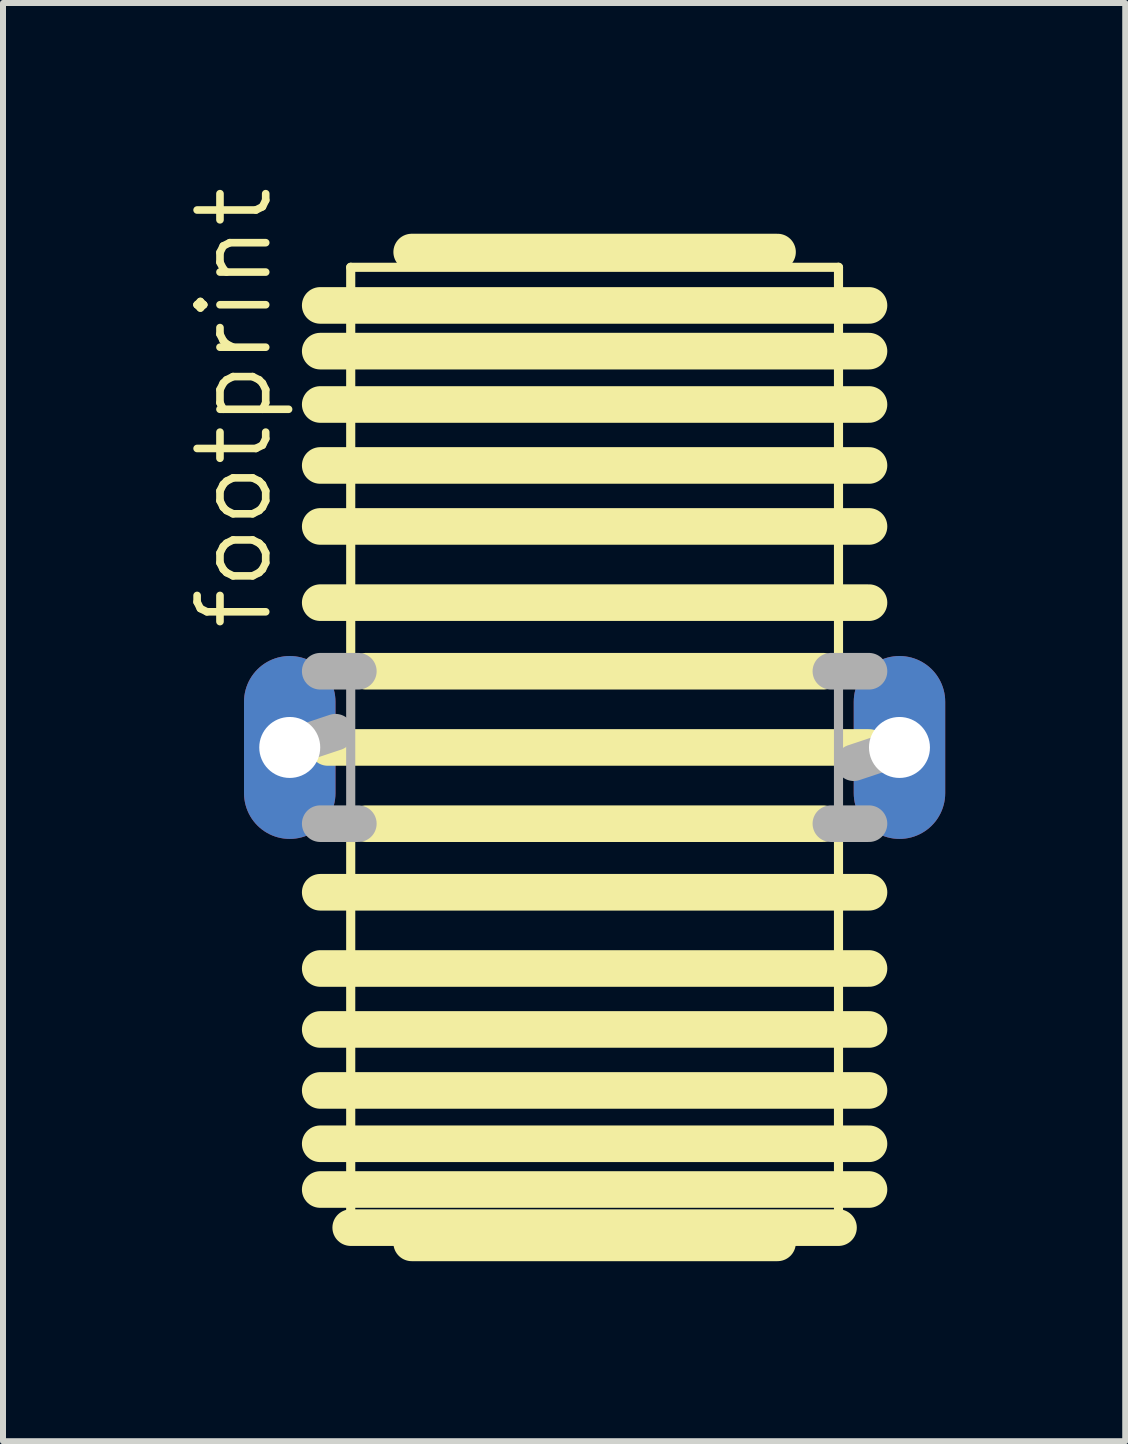
<source format=kicad_pcb>
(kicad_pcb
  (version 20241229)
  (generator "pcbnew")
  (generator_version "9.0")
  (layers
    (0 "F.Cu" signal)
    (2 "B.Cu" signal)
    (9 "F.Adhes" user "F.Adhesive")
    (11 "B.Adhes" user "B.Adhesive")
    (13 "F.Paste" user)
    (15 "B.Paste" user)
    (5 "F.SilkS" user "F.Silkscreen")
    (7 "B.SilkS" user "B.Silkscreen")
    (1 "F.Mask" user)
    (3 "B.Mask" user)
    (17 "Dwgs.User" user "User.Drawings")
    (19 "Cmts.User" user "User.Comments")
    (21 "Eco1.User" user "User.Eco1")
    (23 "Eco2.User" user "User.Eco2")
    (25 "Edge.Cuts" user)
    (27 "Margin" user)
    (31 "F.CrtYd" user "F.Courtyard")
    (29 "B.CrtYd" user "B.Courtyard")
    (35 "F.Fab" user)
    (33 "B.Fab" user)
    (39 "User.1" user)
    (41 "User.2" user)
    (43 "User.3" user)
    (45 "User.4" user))
  (footprint "footprint"
    (layer "F.Cu")
    (at 6.858 9.405)
    (property "Reference" "footprint" (at -5.334 -1.905 90) (layer "F.SilkS") (effects (font (size 1.143 1.143) (thickness 0.127)) (justify left bottom)))
    (fp_line (start -4.572 -7.366) (end 4.572 -7.366) (stroke (width 0.61) (type solid)) (layer "F.SilkS"))
    (fp_line (start -4.572 -6.604) (end 4.572 -6.604) (stroke (width 0.61) (type solid)) (layer "F.SilkS"))
    (fp_line (start -4.572 -5.715) (end 4.572 -5.715) (stroke (width 0.61) (type solid)) (layer "F.SilkS"))
    (fp_line (start -4.572 -4.699) (end 4.572 -4.699) (stroke (width 0.61) (type solid)) (layer "F.SilkS"))
    (fp_line (start -4.572 -3.683) (end 4.572 -3.683) (stroke (width 0.61) (type solid)) (layer "F.SilkS"))
    (fp_line (start -4.572 -2.413) (end 4.572 -2.413) (stroke (width 0.61) (type solid)) (layer "F.SilkS"))
    (fp_line (start -4.445 0) (end 4.572 0) (stroke (width 0.61) (type solid)) (layer "F.SilkS"))
    (fp_line (start -4.064 -8.001) (end 4.064 -8.001) (stroke (width 0.152) (type solid)) (layer "F.SilkS"))
    (fp_line (start -4.064 -1.143) (end -4.064 -8.001) (stroke (width 0.152) (type solid)) (layer "F.SilkS"))
    (fp_line (start -4.064 8.001) (end -4.064 1.143) (stroke (width 0.152) (type solid)) (layer "F.SilkS"))
    (fp_line (start -4.064 8.001) (end 4.064 8.001) (stroke (width 0.61) (type solid)) (layer "F.SilkS"))
    (fp_line (start -3.81 -1.27) (end 3.81 -1.27) (stroke (width 0.61) (type solid)) (layer "F.SilkS"))
    (fp_line (start -3.81 1.27) (end 3.81 1.27) (stroke (width 0.61) (type solid)) (layer "F.SilkS"))
    (fp_line (start -3.048 -8.255) (end 3.048 -8.255) (stroke (width 0.61) (type solid)) (layer "F.SilkS"))
    (fp_line (start -3.048 8.255) (end 3.048 8.255) (stroke (width 0.61) (type solid)) (layer "F.SilkS"))
    (fp_line (start 4.064 -8.001) (end 4.064 -1.143) (stroke (width 0.152) (type solid)) (layer "F.SilkS"))
    (fp_line (start 4.064 1.143) (end 4.064 8.001) (stroke (width 0.152) (type solid)) (layer "F.SilkS"))
    (fp_line (start 4.572 2.413) (end -4.572 2.413) (stroke (width 0.61) (type solid)) (layer "F.SilkS"))
    (fp_line (start 4.572 3.683) (end -4.572 3.683) (stroke (width 0.61) (type solid)) (layer "F.SilkS"))
    (fp_line (start 4.572 4.699) (end -4.572 4.699) (stroke (width 0.61) (type solid)) (layer "F.SilkS"))
    (fp_line (start 4.572 5.715) (end -4.572 5.715) (stroke (width 0.61) (type solid)) (layer "F.SilkS"))
    (fp_line (start 4.572 6.604) (end -4.572 6.604) (stroke (width 0.61) (type solid)) (layer "F.SilkS"))
    (fp_line (start 4.572 7.366) (end -4.572 7.366) (stroke (width 0.61) (type solid)) (layer "F.SilkS"))
    (fp_line (start -5.08 0) (end -4.318 -0.254) (stroke (width 0.61) (type solid)) (layer "F.Fab"))
    (fp_line (start -4.572 -1.27) (end -3.937 -1.27) (stroke (width 0.61) (type solid)) (layer "F.Fab"))
    (fp_line (start -4.572 1.27) (end -3.937 1.27) (stroke (width 0.61) (type solid)) (layer "F.Fab"))
    (fp_line (start -4.064 1.143) (end -4.064 -1.143) (stroke (width 0.152) (type solid)) (layer "F.Fab"))
    (fp_line (start 3.937 -1.27) (end 4.572 -1.27) (stroke (width 0.61) (type solid)) (layer "F.Fab"))
    (fp_line (start 3.937 1.27) (end 4.572 1.27) (stroke (width 0.61) (type solid)) (layer "F.Fab"))
    (fp_line (start 4.064 -1.143) (end 4.064 1.143) (stroke (width 0.152) (type solid)) (layer "F.Fab"))
    (fp_line (start 4.318 0.254) (end 5.08 0) (stroke (width 0.61) (type solid)) (layer "F.Fab"))
    (pad "1" thru_hole oval (at -5.08 0 90) (size 3.048 1.524) (drill 1.016) (layers "*.Cu" "*.Mask"))
    (pad "2" thru_hole oval (at 5.08 0 90) (size 3.048 1.524) (drill 1.016) (layers "*.Cu" "*.Mask")))
  (gr_rect
    (start -3 -3)
    (end 15.7 20.965)
    (stroke (width 0.1) (type default))
    (fill no)
    (layer "Edge.Cuts")))
</source>
